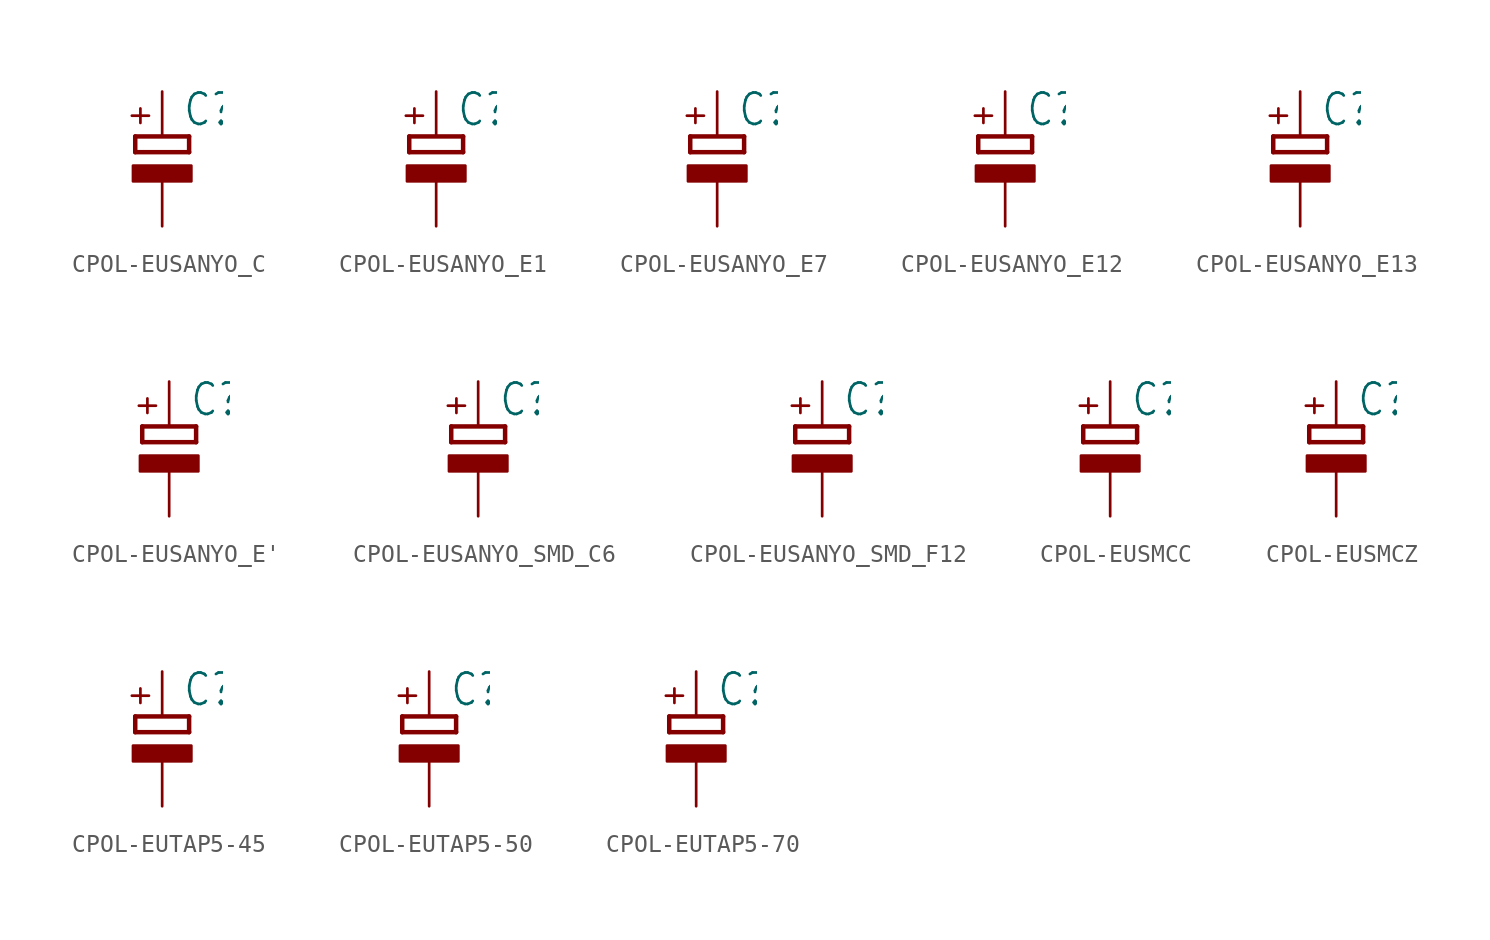
<source format=kicad_sym>
(kicad_symbol_lib
  (version 20231120)
  (generator "kicad_symbol_editor")
  (generator_version "8.99")
  (symbol "CPOL-EUSANYO_C"
    (property "Reference" "C"
      (at 1.143 0.483 0)
      (effects (font (size 1.778 1.511)) (justify left bottom)))
    (property "Value" ""
      (at 1.143 -4.597 0)
      (effects (font (size 1.778 1.511)) (justify left bottom)))
    (property "ki_locked" ""
      (at 0 0 0)
      (effects (font (size 1.27 1.27))))
    (symbol "CPOL-EUSANYO_C_1_0"
      (rectangle (start -1.651 -2.54) (end 1.651 -1.651) (stroke (width 0) (type default)) (fill (type outline)))
      (polyline (pts (xy -1.524 0) (xy 1.524 0)) (stroke (width 0.254) (type solid)) (fill (type none)))
      (polyline (pts (xy -1.524 0) (xy -1.524 -0.889)) (stroke (width 0.254) (type solid)) (fill (type none)))
      (polyline (pts (xy -1.524 -0.889) (xy 1.524 -0.889)) (stroke (width 0.254) (type solid)) (fill (type none)))
      (polyline (pts (xy 1.524 -0.889) (xy 1.524 0)) (stroke (width 0.254) (type solid)) (fill (type none)))
      (text "+" (at -0.584 0.406 900) (effects (font (size 1.27 1.079)) (justify left bottom)))
      (pin passive line (at 0 2.54 270) (length 2.54) (name "+" (effects (font (size 0 0)))) (number "+" (effects (font (size 0 0)))))
      (pin passive line (at 0 -5.08 90) (length 2.54) (name "-" (effects (font (size 0 0)))) (number "-" (effects (font (size 0 0)))))))
  (symbol "CPOL-EUSANYO_E1"
    (property "Reference" "C"
      (at 1.143 0.483 0)
      (effects (font (size 1.778 1.511)) (justify left bottom)))
    (property "Value" ""
      (at 1.143 -4.597 0)
      (effects (font (size 1.778 1.511)) (justify left bottom)))
    (property "ki_locked" ""
      (at 0 0 0)
      (effects (font (size 1.27 1.27))))
    (symbol "CPOL-EUSANYO_E1_1_0"
      (rectangle (start -1.651 -2.54) (end 1.651 -1.651) (stroke (width 0) (type default)) (fill (type outline)))
      (polyline (pts (xy -1.524 0) (xy 1.524 0)) (stroke (width 0.254) (type solid)) (fill (type none)))
      (polyline (pts (xy -1.524 0) (xy -1.524 -0.889)) (stroke (width 0.254) (type solid)) (fill (type none)))
      (polyline (pts (xy -1.524 -0.889) (xy 1.524 -0.889)) (stroke (width 0.254) (type solid)) (fill (type none)))
      (polyline (pts (xy 1.524 -0.889) (xy 1.524 0)) (stroke (width 0.254) (type solid)) (fill (type none)))
      (text "+" (at -0.584 0.406 900) (effects (font (size 1.27 1.079)) (justify left bottom)))
      (pin passive line (at 0 2.54 270) (length 2.54) (name "+" (effects (font (size 0 0)))) (number "+" (effects (font (size 0 0)))))
      (pin passive line (at 0 -5.08 90) (length 2.54) (name "-" (effects (font (size 0 0)))) (number "-" (effects (font (size 0 0)))))))
  (symbol "CPOL-EUSANYO_E7"
    (property "Reference" "C"
      (at 1.143 0.483 0)
      (effects (font (size 1.778 1.511)) (justify left bottom)))
    (property "Value" ""
      (at 1.143 -4.597 0)
      (effects (font (size 1.778 1.511)) (justify left bottom)))
    (property "ki_locked" ""
      (at 0 0 0)
      (effects (font (size 1.27 1.27))))
    (symbol "CPOL-EUSANYO_E7_1_0"
      (rectangle (start -1.651 -2.54) (end 1.651 -1.651) (stroke (width 0) (type default)) (fill (type outline)))
      (polyline (pts (xy -1.524 0) (xy 1.524 0)) (stroke (width 0.254) (type solid)) (fill (type none)))
      (polyline (pts (xy -1.524 0) (xy -1.524 -0.889)) (stroke (width 0.254) (type solid)) (fill (type none)))
      (polyline (pts (xy -1.524 -0.889) (xy 1.524 -0.889)) (stroke (width 0.254) (type solid)) (fill (type none)))
      (polyline (pts (xy 1.524 -0.889) (xy 1.524 0)) (stroke (width 0.254) (type solid)) (fill (type none)))
      (text "+" (at -0.584 0.406 900) (effects (font (size 1.27 1.079)) (justify left bottom)))
      (pin passive line (at 0 2.54 270) (length 2.54) (name "+" (effects (font (size 0 0)))) (number "+" (effects (font (size 0 0)))))
      (pin passive line (at 0 -5.08 90) (length 2.54) (name "-" (effects (font (size 0 0)))) (number "-" (effects (font (size 0 0)))))))
  (symbol "CPOL-EUSANYO_E12"
    (property "Reference" "C"
      (at 1.143 0.483 0)
      (effects (font (size 1.778 1.511)) (justify left bottom)))
    (property "Value" ""
      (at 1.143 -4.597 0)
      (effects (font (size 1.778 1.511)) (justify left bottom)))
    (property "ki_locked" ""
      (at 0 0 0)
      (effects (font (size 1.27 1.27))))
    (symbol "CPOL-EUSANYO_E12_1_0"
      (rectangle (start -1.651 -2.54) (end 1.651 -1.651) (stroke (width 0) (type default)) (fill (type outline)))
      (polyline (pts (xy -1.524 0) (xy 1.524 0)) (stroke (width 0.254) (type solid)) (fill (type none)))
      (polyline (pts (xy -1.524 0) (xy -1.524 -0.889)) (stroke (width 0.254) (type solid)) (fill (type none)))
      (polyline (pts (xy -1.524 -0.889) (xy 1.524 -0.889)) (stroke (width 0.254) (type solid)) (fill (type none)))
      (polyline (pts (xy 1.524 -0.889) (xy 1.524 0)) (stroke (width 0.254) (type solid)) (fill (type none)))
      (text "+" (at -0.584 0.406 900) (effects (font (size 1.27 1.079)) (justify left bottom)))
      (pin passive line (at 0 2.54 270) (length 2.54) (name "+" (effects (font (size 0 0)))) (number "+" (effects (font (size 0 0)))))
      (pin passive line (at 0 -5.08 90) (length 2.54) (name "-" (effects (font (size 0 0)))) (number "-" (effects (font (size 0 0)))))))
  (symbol "CPOL-EUSANYO_E13"
    (property "Reference" "C"
      (at 1.143 0.483 0)
      (effects (font (size 1.778 1.511)) (justify left bottom)))
    (property "Value" ""
      (at 1.143 -4.597 0)
      (effects (font (size 1.778 1.511)) (justify left bottom)))
    (property "ki_locked" ""
      (at 0 0 0)
      (effects (font (size 1.27 1.27))))
    (symbol "CPOL-EUSANYO_E13_1_0"
      (rectangle (start -1.651 -2.54) (end 1.651 -1.651) (stroke (width 0) (type default)) (fill (type outline)))
      (polyline (pts (xy -1.524 0) (xy 1.524 0)) (stroke (width 0.254) (type solid)) (fill (type none)))
      (polyline (pts (xy -1.524 0) (xy -1.524 -0.889)) (stroke (width 0.254) (type solid)) (fill (type none)))
      (polyline (pts (xy -1.524 -0.889) (xy 1.524 -0.889)) (stroke (width 0.254) (type solid)) (fill (type none)))
      (polyline (pts (xy 1.524 -0.889) (xy 1.524 0)) (stroke (width 0.254) (type solid)) (fill (type none)))
      (text "+" (at -0.584 0.406 900) (effects (font (size 1.27 1.079)) (justify left bottom)))
      (pin passive line (at 0 2.54 270) (length 2.54) (name "+" (effects (font (size 0 0)))) (number "+" (effects (font (size 0 0)))))
      (pin passive line (at 0 -5.08 90) (length 2.54) (name "-" (effects (font (size 0 0)))) (number "-" (effects (font (size 0 0)))))))
  (symbol "CPOL-EUSANYO_E'"
    (property "Reference" "C"
      (at 1.143 0.483 0)
      (effects (font (size 1.778 1.511)) (justify left bottom)))
    (property "Value" ""
      (at 1.143 -4.597 0)
      (effects (font (size 1.778 1.511)) (justify left bottom)))
    (property "ki_locked" ""
      (at 0 0 0)
      (effects (font (size 1.27 1.27))))
    (symbol "CPOL-EUSANYO_E'_1_0"
      (rectangle (start -1.651 -2.54) (end 1.651 -1.651) (stroke (width 0) (type default)) (fill (type outline)))
      (polyline (pts (xy -1.524 0) (xy 1.524 0)) (stroke (width 0.254) (type solid)) (fill (type none)))
      (polyline (pts (xy -1.524 0) (xy -1.524 -0.889)) (stroke (width 0.254) (type solid)) (fill (type none)))
      (polyline (pts (xy -1.524 -0.889) (xy 1.524 -0.889)) (stroke (width 0.254) (type solid)) (fill (type none)))
      (polyline (pts (xy 1.524 -0.889) (xy 1.524 0)) (stroke (width 0.254) (type solid)) (fill (type none)))
      (text "+" (at -0.584 0.406 900) (effects (font (size 1.27 1.079)) (justify left bottom)))
      (pin passive line (at 0 2.54 270) (length 2.54) (name "+" (effects (font (size 0 0)))) (number "+" (effects (font (size 0 0)))))
      (pin passive line (at 0 -5.08 90) (length 2.54) (name "-" (effects (font (size 0 0)))) (number "-" (effects (font (size 0 0)))))))
  (symbol "CPOL-EUSANYO_SMD_C6"
    (property "Reference" "C"
      (at 1.143 0.483 0)
      (effects (font (size 1.778 1.511)) (justify left bottom)))
    (property "Value" ""
      (at 1.143 -4.597 0)
      (effects (font (size 1.778 1.511)) (justify left bottom)))
    (property "ki_locked" ""
      (at 0 0 0)
      (effects (font (size 1.27 1.27))))
    (symbol "CPOL-EUSANYO_SMD_C6_1_0"
      (rectangle (start -1.651 -2.54) (end 1.651 -1.651) (stroke (width 0) (type default)) (fill (type outline)))
      (polyline (pts (xy -1.524 0) (xy 1.524 0)) (stroke (width 0.254) (type solid)) (fill (type none)))
      (polyline (pts (xy -1.524 0) (xy -1.524 -0.889)) (stroke (width 0.254) (type solid)) (fill (type none)))
      (polyline (pts (xy -1.524 -0.889) (xy 1.524 -0.889)) (stroke (width 0.254) (type solid)) (fill (type none)))
      (polyline (pts (xy 1.524 -0.889) (xy 1.524 0)) (stroke (width 0.254) (type solid)) (fill (type none)))
      (text "+" (at -0.584 0.406 900) (effects (font (size 1.27 1.079)) (justify left bottom)))
      (pin passive line (at 0 2.54 270) (length 2.54) (name "+" (effects (font (size 0 0)))) (number "+" (effects (font (size 0 0)))))
      (pin passive line (at 0 -5.08 90) (length 2.54) (name "-" (effects (font (size 0 0)))) (number "-" (effects (font (size 0 0)))))))
  (symbol "CPOL-EUSANYO_SMD_F12"
    (property "Reference" "C"
      (at 1.143 0.483 0)
      (effects (font (size 1.778 1.511)) (justify left bottom)))
    (property "Value" ""
      (at 1.143 -4.597 0)
      (effects (font (size 1.778 1.511)) (justify left bottom)))
    (property "ki_locked" ""
      (at 0 0 0)
      (effects (font (size 1.27 1.27))))
    (symbol "CPOL-EUSANYO_SMD_F12_1_0"
      (rectangle (start -1.651 -2.54) (end 1.651 -1.651) (stroke (width 0) (type default)) (fill (type outline)))
      (polyline (pts (xy -1.524 0) (xy 1.524 0)) (stroke (width 0.254) (type solid)) (fill (type none)))
      (polyline (pts (xy -1.524 0) (xy -1.524 -0.889)) (stroke (width 0.254) (type solid)) (fill (type none)))
      (polyline (pts (xy -1.524 -0.889) (xy 1.524 -0.889)) (stroke (width 0.254) (type solid)) (fill (type none)))
      (polyline (pts (xy 1.524 -0.889) (xy 1.524 0)) (stroke (width 0.254) (type solid)) (fill (type none)))
      (text "+" (at -0.584 0.406 900) (effects (font (size 1.27 1.079)) (justify left bottom)))
      (pin passive line (at 0 2.54 270) (length 2.54) (name "+" (effects (font (size 0 0)))) (number "+" (effects (font (size 0 0)))))
      (pin passive line (at 0 -5.08 90) (length 2.54) (name "-" (effects (font (size 0 0)))) (number "-" (effects (font (size 0 0)))))))
  (symbol "CPOL-EUSMCC"
    (property "Reference" "C"
      (at 1.143 0.483 0)
      (effects (font (size 1.778 1.511)) (justify left bottom)))
    (property "Value" ""
      (at 1.143 -4.597 0)
      (effects (font (size 1.778 1.511)) (justify left bottom)))
    (property "ki_locked" ""
      (at 0 0 0)
      (effects (font (size 1.27 1.27))))
    (symbol "CPOL-EUSMCC_1_0"
      (rectangle (start -1.651 -2.54) (end 1.651 -1.651) (stroke (width 0) (type default)) (fill (type outline)))
      (polyline (pts (xy -1.524 0) (xy 1.524 0)) (stroke (width 0.254) (type solid)) (fill (type none)))
      (polyline (pts (xy -1.524 0) (xy -1.524 -0.889)) (stroke (width 0.254) (type solid)) (fill (type none)))
      (polyline (pts (xy -1.524 -0.889) (xy 1.524 -0.889)) (stroke (width 0.254) (type solid)) (fill (type none)))
      (polyline (pts (xy 1.524 -0.889) (xy 1.524 0)) (stroke (width 0.254) (type solid)) (fill (type none)))
      (text "+" (at -0.584 0.406 900) (effects (font (size 1.27 1.079)) (justify left bottom)))
      (pin passive line (at 0 2.54 270) (length 2.54) (name "+" (effects (font (size 0 0)))) (number "+" (effects (font (size 0 0)))))
      (pin passive line (at 0 -5.08 90) (length 2.54) (name "-" (effects (font (size 0 0)))) (number "-" (effects (font (size 0 0)))))))
  (symbol "CPOL-EUSMCZ"
    (property "Reference" "C"
      (at 1.143 0.483 0)
      (effects (font (size 1.778 1.511)) (justify left bottom)))
    (property "Value" ""
      (at 1.143 -4.597 0)
      (effects (font (size 1.778 1.511)) (justify left bottom)))
    (property "ki_locked" ""
      (at 0 0 0)
      (effects (font (size 1.27 1.27))))
    (symbol "CPOL-EUSMCZ_1_0"
      (rectangle (start -1.651 -2.54) (end 1.651 -1.651) (stroke (width 0) (type default)) (fill (type outline)))
      (polyline (pts (xy -1.524 0) (xy 1.524 0)) (stroke (width 0.254) (type solid)) (fill (type none)))
      (polyline (pts (xy -1.524 0) (xy -1.524 -0.889)) (stroke (width 0.254) (type solid)) (fill (type none)))
      (polyline (pts (xy -1.524 -0.889) (xy 1.524 -0.889)) (stroke (width 0.254) (type solid)) (fill (type none)))
      (polyline (pts (xy 1.524 -0.889) (xy 1.524 0)) (stroke (width 0.254) (type solid)) (fill (type none)))
      (text "+" (at -0.584 0.406 900) (effects (font (size 1.27 1.079)) (justify left bottom)))
      (pin passive line (at 0 2.54 270) (length 2.54) (name "+" (effects (font (size 0 0)))) (number "+" (effects (font (size 0 0)))))
      (pin passive line (at 0 -5.08 90) (length 2.54) (name "-" (effects (font (size 0 0)))) (number "-" (effects (font (size 0 0)))))))
  (symbol "CPOL-EUTAP5-45"
    (property "Reference" "C"
      (at 1.143 0.483 0)
      (effects (font (size 1.778 1.511)) (justify left bottom)))
    (property "Value" ""
      (at 1.143 -4.597 0)
      (effects (font (size 1.778 1.511)) (justify left bottom)))
    (property "ki_locked" ""
      (at 0 0 0)
      (effects (font (size 1.27 1.27))))
    (symbol "CPOL-EUTAP5-45_1_0"
      (rectangle (start -1.651 -2.54) (end 1.651 -1.651) (stroke (width 0) (type default)) (fill (type outline)))
      (polyline (pts (xy -1.524 0) (xy 1.524 0)) (stroke (width 0.254) (type solid)) (fill (type none)))
      (polyline (pts (xy -1.524 0) (xy -1.524 -0.889)) (stroke (width 0.254) (type solid)) (fill (type none)))
      (polyline (pts (xy -1.524 -0.889) (xy 1.524 -0.889)) (stroke (width 0.254) (type solid)) (fill (type none)))
      (polyline (pts (xy 1.524 -0.889) (xy 1.524 0)) (stroke (width 0.254) (type solid)) (fill (type none)))
      (text "+" (at -0.584 0.406 900) (effects (font (size 1.27 1.079)) (justify left bottom)))
      (pin passive line (at 0 2.54 270) (length 2.54) (name "+" (effects (font (size 0 0)))) (number "+" (effects (font (size 0 0)))))
      (pin passive line (at 0 -5.08 90) (length 2.54) (name "-" (effects (font (size 0 0)))) (number "-" (effects (font (size 0 0)))))))
  (symbol "CPOL-EUTAP5-50"
    (property "Reference" "C"
      (at 1.143 0.483 0)
      (effects (font (size 1.778 1.511)) (justify left bottom)))
    (property "Value" ""
      (at 1.143 -4.597 0)
      (effects (font (size 1.778 1.511)) (justify left bottom)))
    (property "ki_locked" ""
      (at 0 0 0)
      (effects (font (size 1.27 1.27))))
    (symbol "CPOL-EUTAP5-50_1_0"
      (rectangle (start -1.651 -2.54) (end 1.651 -1.651) (stroke (width 0) (type default)) (fill (type outline)))
      (polyline (pts (xy -1.524 0) (xy 1.524 0)) (stroke (width 0.254) (type solid)) (fill (type none)))
      (polyline (pts (xy -1.524 0) (xy -1.524 -0.889)) (stroke (width 0.254) (type solid)) (fill (type none)))
      (polyline (pts (xy -1.524 -0.889) (xy 1.524 -0.889)) (stroke (width 0.254) (type solid)) (fill (type none)))
      (polyline (pts (xy 1.524 -0.889) (xy 1.524 0)) (stroke (width 0.254) (type solid)) (fill (type none)))
      (text "+" (at -0.584 0.406 900) (effects (font (size 1.27 1.079)) (justify left bottom)))
      (pin passive line (at 0 2.54 270) (length 2.54) (name "+" (effects (font (size 0 0)))) (number "+" (effects (font (size 0 0)))))
      (pin passive line (at 0 -5.08 90) (length 2.54) (name "-" (effects (font (size 0 0)))) (number "-" (effects (font (size 0 0)))))))
  (symbol "CPOL-EUTAP5-70"
    (property "Reference" "C"
      (at 1.143 0.483 0)
      (effects (font (size 1.778 1.511)) (justify left bottom)))
    (property "Value" ""
      (at 1.143 -4.597 0)
      (effects (font (size 1.778 1.511)) (justify left bottom)))
    (property "ki_locked" ""
      (at 0 0 0)
      (effects (font (size 1.27 1.27))))
    (symbol "CPOL-EUTAP5-70_1_0"
      (rectangle (start -1.651 -2.54) (end 1.651 -1.651) (stroke (width 0) (type default)) (fill (type outline)))
      (polyline (pts (xy -1.524 0) (xy 1.524 0)) (stroke (width 0.254) (type solid)) (fill (type none)))
      (polyline (pts (xy -1.524 0) (xy -1.524 -0.889)) (stroke (width 0.254) (type solid)) (fill (type none)))
      (polyline (pts (xy -1.524 -0.889) (xy 1.524 -0.889)) (stroke (width 0.254) (type solid)) (fill (type none)))
      (polyline (pts (xy 1.524 -0.889) (xy 1.524 0)) (stroke (width 0.254) (type solid)) (fill (type none)))
      (text "+" (at -0.584 0.406 900) (effects (font (size 1.27 1.079)) (justify left bottom)))
      (pin passive line (at 0 2.54 270) (length 2.54) (name "+" (effects (font (size 0 0)))) (number "+" (effects (font (size 0 0)))))
      (pin passive line (at 0 -5.08 90) (length 2.54) (name "-" (effects (font (size 0 0)))) (number "-" (effects (font (size 0 0))))))))
</source>
